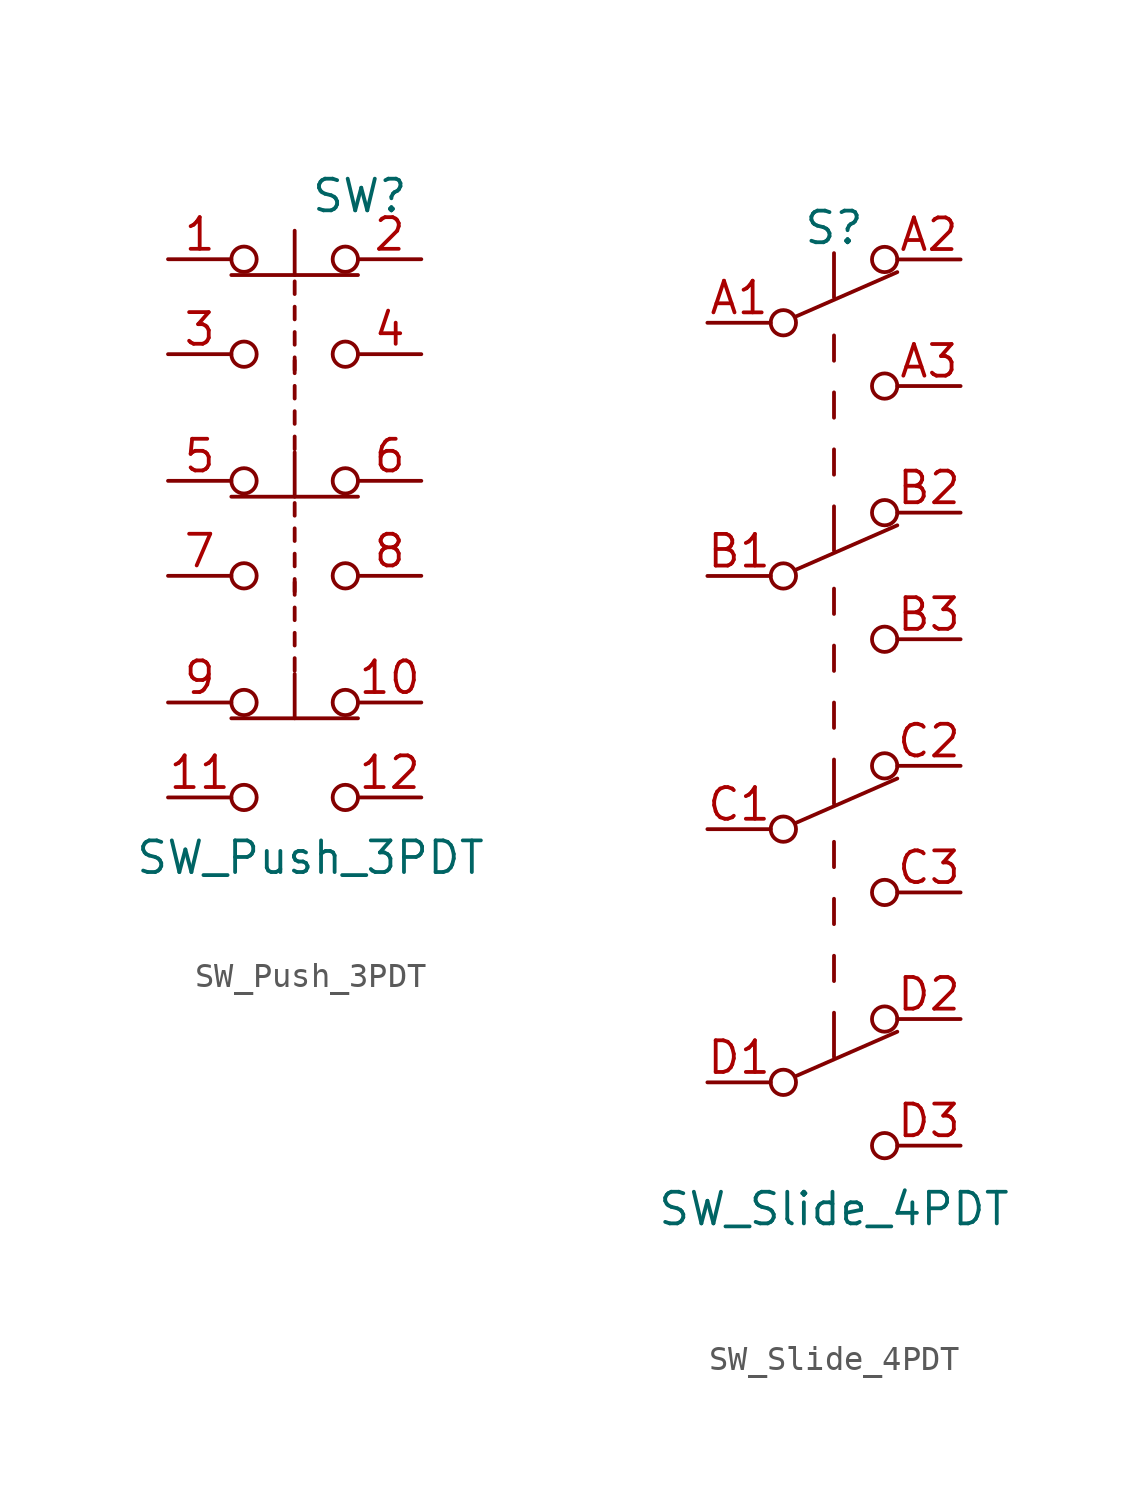
<source format=kicad_sym>
(kicad_symbol_lib
  (version 20211014)
  (generator kicad_symbol_editor)
  (symbol "SW_Push_3PDT"
    (pin_names
      (offset 1.016) hide)
    (property "Reference" "SW"
      (at 0.635 3.81 0)
      (effects (font (size 1.27 1.27)) (justify left)))
    (property "Value" "SW_Push_3PDT"
      (at 0.635 -22.733 0)
      (effects (font (size 1.27 1.27))))
    (symbol "SW_Push_3PDT_0_1"
      (circle (center -2.032 -2.54) (radius 0.508) (stroke (width 0) (type default) (color 0 0 0 0)) (fill (type none)))
      (circle (center -2.032 1.27) (radius 0.508) (stroke (width 0) (type default) (color 0 0 0 0)) (fill (type none)))
      (polyline (pts (xy 0 -2.667) (xy 0 -3.175)) (stroke (width 0) (type default) (color 0 0 0 0)) (fill (type none)))
      (polyline (pts (xy 0 -2.159) (xy 0 -1.651)) (stroke (width 0) (type default) (color 0 0 0 0)) (fill (type none)))
      (polyline (pts (xy 0 -1.143) (xy 0 -0.635)) (stroke (width 0) (type default) (color 0 0 0 0)) (fill (type none)))
      (polyline (pts (xy 0 -0.127) (xy 0 0.381)) (stroke (width 0) (type default) (color 0 0 0 0)) (fill (type none)))
      (polyline (pts (xy 0 0.635) (xy 0 2.413)) (stroke (width 0) (type default) (color 0 0 0 0)) (fill (type none)))
      (polyline (pts (xy 2.54 0.635) (xy -2.54 0.635)) (stroke (width 0) (type default) (color 0 0 0 0)) (fill (type none)))
      (circle (center 2.032 -2.54) (radius 0.508) (stroke (width 0) (type default) (color 0 0 0 0)) (fill (type none)))
      (circle (center 2.032 1.27) (radius 0.508) (stroke (width 0) (type default) (color 0 0 0 0)) (fill (type none)))
      (pin passive line (at -5.08 1.27 0) (length 2.54) (name "1" (effects (font (size 1.27 1.27)))) (number "1" (effects (font (size 1.27 1.27)))))
      (pin passive line (at 5.08 1.27 180) (length 2.54) (name "2" (effects (font (size 1.27 1.27)))) (number "2" (effects (font (size 1.27 1.27)))))
      (pin passive line (at -5.08 -2.54 0) (length 2.54) (name "3" (effects (font (size 1.27 1.27)))) (number "3" (effects (font (size 1.27 1.27)))))
      (pin passive line (at 5.08 -2.54 180) (length 2.54) (name "4" (effects (font (size 1.27 1.27)))) (number "4" (effects (font (size 1.27 1.27))))))
    (symbol "SW_Push_3PDT_1_1"
      (circle (center -2.032 -20.32) (radius 0.508) (stroke (width 0) (type default) (color 0 0 0 0)) (fill (type none)))
      (circle (center -2.032 -16.51) (radius 0.508) (stroke (width 0) (type default) (color 0 0 0 0)) (fill (type none)))
      (circle (center -2.032 -11.43) (radius 0.508) (stroke (width 0) (type default) (color 0 0 0 0)) (fill (type none)))
      (circle (center -2.032 -7.62) (radius 0.508) (stroke (width 0) (type default) (color 0 0 0 0)) (fill (type none)))
      (polyline (pts (xy 0 -17.145) (xy 0 -15.367)) (stroke (width 0) (type default) (color 0 0 0 0)) (fill (type none)))
      (polyline (pts (xy 0 -14.732) (xy 0 -15.24)) (stroke (width 0) (type default) (color 0 0 0 0)) (fill (type none)))
      (polyline (pts (xy 0 -14.224) (xy 0 -13.716)) (stroke (width 0) (type default) (color 0 0 0 0)) (fill (type none)))
      (polyline (pts (xy 0 -13.208) (xy 0 -12.7)) (stroke (width 0) (type default) (color 0 0 0 0)) (fill (type none)))
      (polyline (pts (xy 0 -12.192) (xy 0 -11.684)) (stroke (width 0) (type default) (color 0 0 0 0)) (fill (type none)))
      (polyline (pts (xy 0 -11.557) (xy 0 -12.065)) (stroke (width 0) (type default) (color 0 0 0 0)) (fill (type none)))
      (polyline (pts (xy 0 -11.049) (xy 0 -10.541)) (stroke (width 0) (type default) (color 0 0 0 0)) (fill (type none)))
      (polyline (pts (xy 0 -10.033) (xy 0 -9.525)) (stroke (width 0) (type default) (color 0 0 0 0)) (fill (type none)))
      (polyline (pts (xy 0 -9.017) (xy 0 -8.509)) (stroke (width 0) (type default) (color 0 0 0 0)) (fill (type none)))
      (polyline (pts (xy 0 -8.255) (xy 0 -6.477)) (stroke (width 0) (type default) (color 0 0 0 0)) (fill (type none)))
      (polyline (pts (xy 0 -5.842) (xy 0 -6.35)) (stroke (width 0) (type default) (color 0 0 0 0)) (fill (type none)))
      (polyline (pts (xy 0 -5.334) (xy 0 -4.826)) (stroke (width 0) (type default) (color 0 0 0 0)) (fill (type none)))
      (polyline (pts (xy 0 -4.318) (xy 0 -3.81)) (stroke (width 0) (type default) (color 0 0 0 0)) (fill (type none)))
      (polyline (pts (xy 0 -3.302) (xy 0 -2.794)) (stroke (width 0) (type default) (color 0 0 0 0)) (fill (type none)))
      (polyline (pts (xy 2.54 -17.145) (xy -2.54 -17.145)) (stroke (width 0) (type default) (color 0 0 0 0)) (fill (type none)))
      (polyline (pts (xy 2.54 -8.255) (xy -2.54 -8.255)) (stroke (width 0) (type default) (color 0 0 0 0)) (fill (type none)))
      (circle (center 2.032 -20.32) (radius 0.508) (stroke (width 0) (type default) (color 0 0 0 0)) (fill (type none)))
      (circle (center 2.032 -16.51) (radius 0.508) (stroke (width 0) (type default) (color 0 0 0 0)) (fill (type none)))
      (circle (center 2.032 -11.43) (radius 0.508) (stroke (width 0) (type default) (color 0 0 0 0)) (fill (type none)))
      (circle (center 2.032 -7.62) (radius 0.508) (stroke (width 0) (type default) (color 0 0 0 0)) (fill (type none)))
      (pin passive line (at 5.08 -16.51 180) (length 2.54) (name "10" (effects (font (size 1.27 1.27)))) (number "10" (effects (font (size 1.27 1.27)))))
      (pin passive line (at -5.08 -20.32 0) (length 2.54) (name "11" (effects (font (size 1.27 1.27)))) (number "11" (effects (font (size 1.27 1.27)))))
      (pin passive line (at 5.08 -20.32 180) (length 2.54) (name "12" (effects (font (size 1.27 1.27)))) (number "12" (effects (font (size 1.27 1.27)))))
      (pin passive line (at -5.08 -7.62 0) (length 2.54) (name "5" (effects (font (size 1.27 1.27)))) (number "5" (effects (font (size 1.27 1.27)))))
      (pin passive line (at 5.08 -7.62 180) (length 2.54) (name "6" (effects (font (size 1.27 1.27)))) (number "6" (effects (font (size 1.27 1.27)))))
      (pin passive line (at -5.08 -11.43 0) (length 2.54) (name "7" (effects (font (size 1.27 1.27)))) (number "7" (effects (font (size 1.27 1.27)))))
      (pin passive line (at 5.08 -11.43 180) (length 2.54) (name "8" (effects (font (size 1.27 1.27)))) (number "8" (effects (font (size 1.27 1.27)))))
      (pin passive line (at -5.08 -16.51 0) (length 2.54) (name "9" (effects (font (size 1.27 1.27)))) (number "9" (effects (font (size 1.27 1.27)))))))
  (symbol "SW_Slide_4PDT"
    (pin_names
      (offset 0) hide)
    (property "Reference" "S"
      (at 0 8.89 0)
      (effects (font (size 1.27 1.27))))
    (property "Value" "SW_Slide_4PDT"
      (at 0 -30.48 0)
      (effects (font (size 1.27 1.27))))
    (symbol "SW_Slide_4PDT_0_0"
      (circle (center -2.032 -5.08) (radius 0.508) (stroke (width 0) (type default) (color 0 0 0 0)) (fill (type none)))
      (circle (center -2.032 5.08) (radius 0.508) (stroke (width 0) (type default) (color 0 0 0 0)) (fill (type none)))
      (circle (center 2.032 -7.62) (radius 0.508) (stroke (width 0) (type default) (color 0 0 0 0)) (fill (type none)))
      (circle (center 2.032 2.54) (radius 0.508) (stroke (width 0) (type default) (color 0 0 0 0)) (fill (type none))))
    (symbol "SW_Slide_4PDT_0_1"
      (polyline (pts (xy -1.524 -4.826) (xy 2.54 -3.048)) (stroke (width 0) (type default) (color 0 0 0 0)) (fill (type none)))
      (polyline (pts (xy -1.524 5.334) (xy 2.54 7.112)) (stroke (width 0) (type default) (color 0 0 0 0)) (fill (type none)))
      (polyline (pts (xy 0 -2.286) (xy 0 -4.064)) (stroke (width 0) (type default) (color 0 0 0 0)) (fill (type none)))
      (polyline (pts (xy 0 -1.016) (xy 0 0)) (stroke (width 0) (type default) (color 0 0 0 0)) (fill (type none)))
      (polyline (pts (xy 0 1.27) (xy 0 2.286)) (stroke (width 0) (type default) (color 0 0 0 0)) (fill (type none)))
      (polyline (pts (xy 0 3.556) (xy 0 4.572)) (stroke (width 0) (type default) (color 0 0 0 0)) (fill (type none)))
      (polyline (pts (xy 0 7.874) (xy 0 6.096)) (stroke (width 0) (type default) (color 0 0 0 0)) (fill (type none)))
      (circle (center 2.032 -2.54) (radius 0.508) (stroke (width 0) (type default) (color 0 0 0 0)) (fill (type none)))
      (circle (center 2.032 7.62) (radius 0.508) (stroke (width 0) (type default) (color 0 0 0 0)) (fill (type none))))
    (symbol "SW_Slide_4PDT_1_1"
      (circle (center -2.032 -25.4) (radius 0.508) (stroke (width 0) (type default) (color 0 0 0 0)) (fill (type none)))
      (circle (center -2.032 -15.24) (radius 0.508) (stroke (width 0) (type default) (color 0 0 0 0)) (fill (type none)))
      (polyline (pts (xy -1.524 -25.146) (xy 2.54 -23.368)) (stroke (width 0) (type default) (color 0 0 0 0)) (fill (type none)))
      (polyline (pts (xy -1.524 -14.986) (xy 2.54 -13.208)) (stroke (width 0) (type default) (color 0 0 0 0)) (fill (type none)))
      (polyline (pts (xy 0 -22.606) (xy 0 -24.384)) (stroke (width 0) (type default) (color 0 0 0 0)) (fill (type none)))
      (polyline (pts (xy 0 -21.336) (xy 0 -20.32)) (stroke (width 0) (type default) (color 0 0 0 0)) (fill (type none)))
      (polyline (pts (xy 0 -19.05) (xy 0 -18.034)) (stroke (width 0) (type default) (color 0 0 0 0)) (fill (type none)))
      (polyline (pts (xy 0 -16.764) (xy 0 -15.748)) (stroke (width 0) (type default) (color 0 0 0 0)) (fill (type none)))
      (polyline (pts (xy 0 -12.446) (xy 0 -14.224)) (stroke (width 0) (type default) (color 0 0 0 0)) (fill (type none)))
      (polyline (pts (xy 0 -11.176) (xy 0 -10.16)) (stroke (width 0) (type default) (color 0 0 0 0)) (fill (type none)))
      (polyline (pts (xy 0 -8.89) (xy 0 -7.874)) (stroke (width 0) (type default) (color 0 0 0 0)) (fill (type none)))
      (polyline (pts (xy 0 -6.604) (xy 0 -5.588)) (stroke (width 0) (type default) (color 0 0 0 0)) (fill (type none)))
      (circle (center 2.032 -27.94) (radius 0.508) (stroke (width 0) (type default) (color 0 0 0 0)) (fill (type none)))
      (circle (center 2.032 -22.86) (radius 0.508) (stroke (width 0) (type default) (color 0 0 0 0)) (fill (type none)))
      (circle (center 2.032 -17.78) (radius 0.508) (stroke (width 0) (type default) (color 0 0 0 0)) (fill (type none)))
      (circle (center 2.032 -12.7) (radius 0.508) (stroke (width 0) (type default) (color 0 0 0 0)) (fill (type none)))
      (pin passive line (at -5.08 5.08 0) (length 2.54) (name "A1" (effects (font (size 1.27 1.27)))) (number "A1" (effects (font (size 1.27 1.27)))))
      (pin passive line (at 5.08 7.62 180) (length 2.54) (name "A2" (effects (font (size 1.27 1.27)))) (number "A2" (effects (font (size 1.27 1.27)))))
      (pin passive line (at 5.08 2.54 180) (length 2.54) (name "A3" (effects (font (size 1.27 1.27)))) (number "A3" (effects (font (size 1.27 1.27)))))
      (pin passive line (at -5.08 -5.08 0) (length 2.54) (name "B1" (effects (font (size 1.27 1.27)))) (number "B1" (effects (font (size 1.27 1.27)))))
      (pin passive line (at 5.08 -2.54 180) (length 2.54) (name "B2" (effects (font (size 1.27 1.27)))) (number "B2" (effects (font (size 1.27 1.27)))))
      (pin passive line (at 5.08 -7.62 180) (length 2.54) (name "B3" (effects (font (size 1.27 1.27)))) (number "B3" (effects (font (size 1.27 1.27)))))
      (pin passive line (at -5.08 -15.24 0) (length 2.54) (name "C1" (effects (font (size 1.27 1.27)))) (number "C1" (effects (font (size 1.27 1.27)))))
      (pin passive line (at 5.08 -12.7 180) (length 2.54) (name "C2" (effects (font (size 1.27 1.27)))) (number "C2" (effects (font (size 1.27 1.27)))))
      (pin passive line (at 5.08 -17.78 180) (length 2.54) (name "C3" (effects (font (size 1.27 1.27)))) (number "C3" (effects (font (size 1.27 1.27)))))
      (pin passive line (at -5.08 -25.4 0) (length 2.54) (name "D1" (effects (font (size 1.27 1.27)))) (number "D1" (effects (font (size 1.27 1.27)))))
      (pin passive line (at 5.08 -22.86 180) (length 2.54) (name "D2" (effects (font (size 1.27 1.27)))) (number "D2" (effects (font (size 1.27 1.27)))))
      (pin passive line (at 5.08 -27.94 180) (length 2.54) (name "D3" (effects (font (size 1.27 1.27)))) (number "D3" (effects (font (size 1.27 1.27))))))))
</source>
